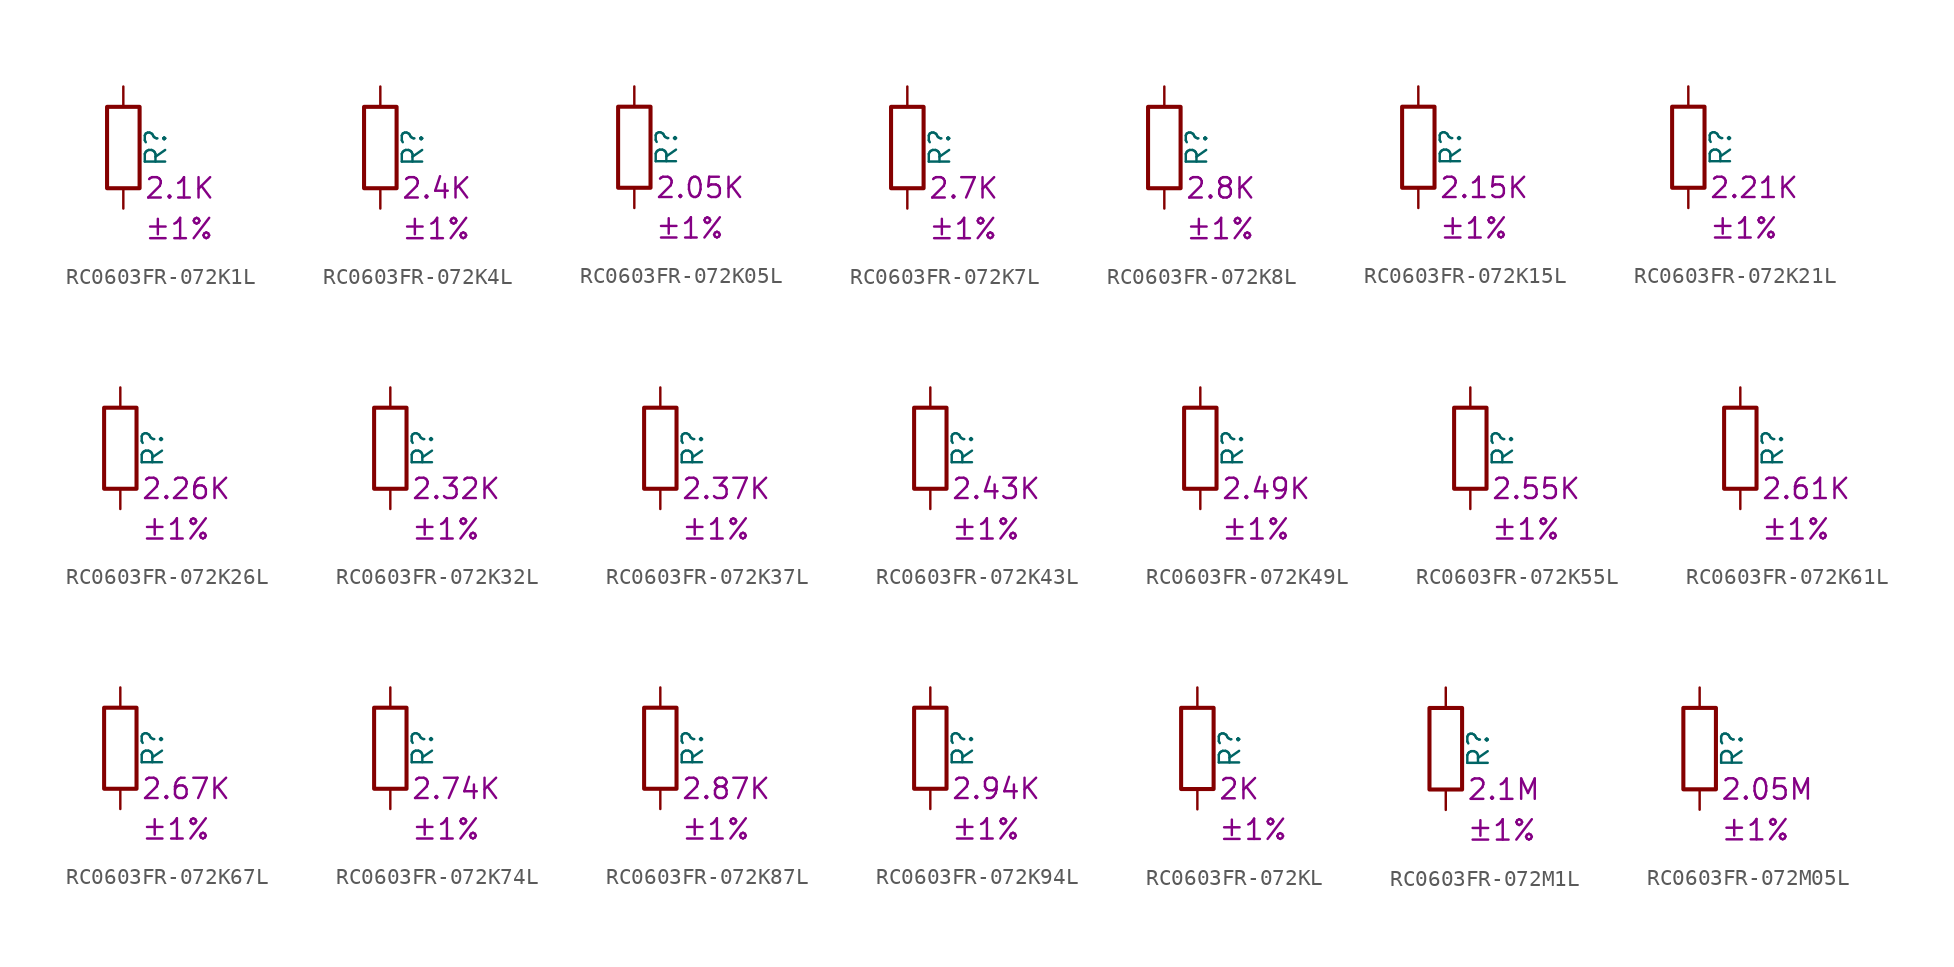
<source format=kicad_sym>
(kicad_symbol_lib
  (version 20220914)
  (generator kicad_symbol_editor)
  (symbol "RC0603FR-072K1L"
    (pin_numbers hide)
    (pin_names
      (offset 0))
    (property "Reference" "R"
      (at 2.032 0 90)
      (effects (font (size 1.27 1.27))))
    (property "Resistance" "2.1K"
      (at 1.27 -2.54 0)
      (effects (font (size 1.27 1.27)) (justify left)))
    (property "Tolerance" "±1%"
      (at 1.27 -5.08 0)
      (effects (font (size 1.27 1.27)) (justify left)))
    (symbol "RC0603FR-072K1L_0_1"
      (rectangle (start -1.016 -2.54) (end 1.016 2.54) (stroke (width 0.254) (type default)) (fill (type none))))
    (symbol "RC0603FR-072K1L_1_1"
      (pin passive line (at 0 3.81 270) (length 1.27) (name "~" (effects (font (size 1.27 1.27)))) (number "1" (effects (font (size 1.27 1.27)))))
      (pin passive line (at 0 -3.81 90) (length 1.27) (name "~" (effects (font (size 1.27 1.27)))) (number "2" (effects (font (size 1.27 1.27)))))))
  (symbol "RC0603FR-072K4L"
    (pin_numbers hide)
    (pin_names
      (offset 0))
    (property "Reference" "R"
      (at 2.032 0 90)
      (effects (font (size 1.27 1.27))))
    (property "Resistance" "2.4K"
      (at 1.27 -2.54 0)
      (effects (font (size 1.27 1.27)) (justify left)))
    (property "Tolerance" "±1%"
      (at 1.27 -5.08 0)
      (effects (font (size 1.27 1.27)) (justify left)))
    (symbol "RC0603FR-072K4L_0_1"
      (rectangle (start -1.016 -2.54) (end 1.016 2.54) (stroke (width 0.254) (type default)) (fill (type none))))
    (symbol "RC0603FR-072K4L_1_1"
      (pin passive line (at 0 3.81 270) (length 1.27) (name "~" (effects (font (size 1.27 1.27)))) (number "1" (effects (font (size 1.27 1.27)))))
      (pin passive line (at 0 -3.81 90) (length 1.27) (name "~" (effects (font (size 1.27 1.27)))) (number "2" (effects (font (size 1.27 1.27)))))))
  (symbol "RC0603FR-072K05L"
    (pin_numbers hide)
    (pin_names
      (offset 0))
    (property "Reference" "R"
      (at 2.032 0 90)
      (effects (font (size 1.27 1.27))))
    (property "Resistance" "2.05K"
      (at 1.27 -2.54 0)
      (effects (font (size 1.27 1.27)) (justify left)))
    (property "Tolerance" "±1%"
      (at 1.27 -5.08 0)
      (effects (font (size 1.27 1.27)) (justify left)))
    (symbol "RC0603FR-072K05L_0_1"
      (rectangle (start -1.016 -2.54) (end 1.016 2.54) (stroke (width 0.254) (type default)) (fill (type none))))
    (symbol "RC0603FR-072K05L_1_1"
      (pin passive line (at 0 3.81 270) (length 1.27) (name "~" (effects (font (size 1.27 1.27)))) (number "1" (effects (font (size 1.27 1.27)))))
      (pin passive line (at 0 -3.81 90) (length 1.27) (name "~" (effects (font (size 1.27 1.27)))) (number "2" (effects (font (size 1.27 1.27)))))))
  (symbol "RC0603FR-072K7L"
    (pin_numbers hide)
    (pin_names
      (offset 0))
    (property "Reference" "R"
      (at 2.032 0 90)
      (effects (font (size 1.27 1.27))))
    (property "Resistance" "2.7K"
      (at 1.27 -2.54 0)
      (effects (font (size 1.27 1.27)) (justify left)))
    (property "Tolerance" "±1%"
      (at 1.27 -5.08 0)
      (effects (font (size 1.27 1.27)) (justify left)))
    (symbol "RC0603FR-072K7L_0_1"
      (rectangle (start -1.016 -2.54) (end 1.016 2.54) (stroke (width 0.254) (type default)) (fill (type none))))
    (symbol "RC0603FR-072K7L_1_1"
      (pin passive line (at 0 3.81 270) (length 1.27) (name "~" (effects (font (size 1.27 1.27)))) (number "1" (effects (font (size 1.27 1.27)))))
      (pin passive line (at 0 -3.81 90) (length 1.27) (name "~" (effects (font (size 1.27 1.27)))) (number "2" (effects (font (size 1.27 1.27)))))))
  (symbol "RC0603FR-072K8L"
    (pin_numbers hide)
    (pin_names
      (offset 0))
    (property "Reference" "R"
      (at 2.032 0 90)
      (effects (font (size 1.27 1.27))))
    (property "Resistance" "2.8K"
      (at 1.27 -2.54 0)
      (effects (font (size 1.27 1.27)) (justify left)))
    (property "Tolerance" "±1%"
      (at 1.27 -5.08 0)
      (effects (font (size 1.27 1.27)) (justify left)))
    (symbol "RC0603FR-072K8L_0_1"
      (rectangle (start -1.016 -2.54) (end 1.016 2.54) (stroke (width 0.254) (type default)) (fill (type none))))
    (symbol "RC0603FR-072K8L_1_1"
      (pin passive line (at 0 3.81 270) (length 1.27) (name "~" (effects (font (size 1.27 1.27)))) (number "1" (effects (font (size 1.27 1.27)))))
      (pin passive line (at 0 -3.81 90) (length 1.27) (name "~" (effects (font (size 1.27 1.27)))) (number "2" (effects (font (size 1.27 1.27)))))))
  (symbol "RC0603FR-072K15L"
    (pin_numbers hide)
    (pin_names
      (offset 0))
    (property "Reference" "R"
      (at 2.032 0 90)
      (effects (font (size 1.27 1.27))))
    (property "Resistance" "2.15K"
      (at 1.27 -2.54 0)
      (effects (font (size 1.27 1.27)) (justify left)))
    (property "Tolerance" "±1%"
      (at 1.27 -5.08 0)
      (effects (font (size 1.27 1.27)) (justify left)))
    (symbol "RC0603FR-072K15L_0_1"
      (rectangle (start -1.016 -2.54) (end 1.016 2.54) (stroke (width 0.254) (type default)) (fill (type none))))
    (symbol "RC0603FR-072K15L_1_1"
      (pin passive line (at 0 3.81 270) (length 1.27) (name "~" (effects (font (size 1.27 1.27)))) (number "1" (effects (font (size 1.27 1.27)))))
      (pin passive line (at 0 -3.81 90) (length 1.27) (name "~" (effects (font (size 1.27 1.27)))) (number "2" (effects (font (size 1.27 1.27)))))))
  (symbol "RC0603FR-072K21L"
    (pin_numbers hide)
    (pin_names
      (offset 0))
    (property "Reference" "R"
      (at 2.032 0 90)
      (effects (font (size 1.27 1.27))))
    (property "Resistance" "2.21K"
      (at 1.27 -2.54 0)
      (effects (font (size 1.27 1.27)) (justify left)))
    (property "Tolerance" "±1%"
      (at 1.27 -5.08 0)
      (effects (font (size 1.27 1.27)) (justify left)))
    (symbol "RC0603FR-072K21L_0_1"
      (rectangle (start -1.016 -2.54) (end 1.016 2.54) (stroke (width 0.254) (type default)) (fill (type none))))
    (symbol "RC0603FR-072K21L_1_1"
      (pin passive line (at 0 3.81 270) (length 1.27) (name "~" (effects (font (size 1.27 1.27)))) (number "1" (effects (font (size 1.27 1.27)))))
      (pin passive line (at 0 -3.81 90) (length 1.27) (name "~" (effects (font (size 1.27 1.27)))) (number "2" (effects (font (size 1.27 1.27)))))))
  (symbol "RC0603FR-072K26L"
    (pin_numbers hide)
    (pin_names
      (offset 0))
    (property "Reference" "R"
      (at 2.032 0 90)
      (effects (font (size 1.27 1.27))))
    (property "Resistance" "2.26K"
      (at 1.27 -2.54 0)
      (effects (font (size 1.27 1.27)) (justify left)))
    (property "Tolerance" "±1%"
      (at 1.27 -5.08 0)
      (effects (font (size 1.27 1.27)) (justify left)))
    (symbol "RC0603FR-072K26L_0_1"
      (rectangle (start -1.016 -2.54) (end 1.016 2.54) (stroke (width 0.254) (type default)) (fill (type none))))
    (symbol "RC0603FR-072K26L_1_1"
      (pin passive line (at 0 3.81 270) (length 1.27) (name "~" (effects (font (size 1.27 1.27)))) (number "1" (effects (font (size 1.27 1.27)))))
      (pin passive line (at 0 -3.81 90) (length 1.27) (name "~" (effects (font (size 1.27 1.27)))) (number "2" (effects (font (size 1.27 1.27)))))))
  (symbol "RC0603FR-072K32L"
    (pin_numbers hide)
    (pin_names
      (offset 0))
    (property "Reference" "R"
      (at 2.032 0 90)
      (effects (font (size 1.27 1.27))))
    (property "Resistance" "2.32K"
      (at 1.27 -2.54 0)
      (effects (font (size 1.27 1.27)) (justify left)))
    (property "Tolerance" "±1%"
      (at 1.27 -5.08 0)
      (effects (font (size 1.27 1.27)) (justify left)))
    (symbol "RC0603FR-072K32L_0_1"
      (rectangle (start -1.016 -2.54) (end 1.016 2.54) (stroke (width 0.254) (type default)) (fill (type none))))
    (symbol "RC0603FR-072K32L_1_1"
      (pin passive line (at 0 3.81 270) (length 1.27) (name "~" (effects (font (size 1.27 1.27)))) (number "1" (effects (font (size 1.27 1.27)))))
      (pin passive line (at 0 -3.81 90) (length 1.27) (name "~" (effects (font (size 1.27 1.27)))) (number "2" (effects (font (size 1.27 1.27)))))))
  (symbol "RC0603FR-072K37L"
    (pin_numbers hide)
    (pin_names
      (offset 0))
    (property "Reference" "R"
      (at 2.032 0 90)
      (effects (font (size 1.27 1.27))))
    (property "Resistance" "2.37K"
      (at 1.27 -2.54 0)
      (effects (font (size 1.27 1.27)) (justify left)))
    (property "Tolerance" "±1%"
      (at 1.27 -5.08 0)
      (effects (font (size 1.27 1.27)) (justify left)))
    (symbol "RC0603FR-072K37L_0_1"
      (rectangle (start -1.016 -2.54) (end 1.016 2.54) (stroke (width 0.254) (type default)) (fill (type none))))
    (symbol "RC0603FR-072K37L_1_1"
      (pin passive line (at 0 3.81 270) (length 1.27) (name "~" (effects (font (size 1.27 1.27)))) (number "1" (effects (font (size 1.27 1.27)))))
      (pin passive line (at 0 -3.81 90) (length 1.27) (name "~" (effects (font (size 1.27 1.27)))) (number "2" (effects (font (size 1.27 1.27)))))))
  (symbol "RC0603FR-072K43L"
    (pin_numbers hide)
    (pin_names
      (offset 0))
    (property "Reference" "R"
      (at 2.032 0 90)
      (effects (font (size 1.27 1.27))))
    (property "Resistance" "2.43K"
      (at 1.27 -2.54 0)
      (effects (font (size 1.27 1.27)) (justify left)))
    (property "Tolerance" "±1%"
      (at 1.27 -5.08 0)
      (effects (font (size 1.27 1.27)) (justify left)))
    (symbol "RC0603FR-072K43L_0_1"
      (rectangle (start -1.016 -2.54) (end 1.016 2.54) (stroke (width 0.254) (type default)) (fill (type none))))
    (symbol "RC0603FR-072K43L_1_1"
      (pin passive line (at 0 3.81 270) (length 1.27) (name "~" (effects (font (size 1.27 1.27)))) (number "1" (effects (font (size 1.27 1.27)))))
      (pin passive line (at 0 -3.81 90) (length 1.27) (name "~" (effects (font (size 1.27 1.27)))) (number "2" (effects (font (size 1.27 1.27)))))))
  (symbol "RC0603FR-072K49L"
    (pin_numbers hide)
    (pin_names
      (offset 0))
    (property "Reference" "R"
      (at 2.032 0 90)
      (effects (font (size 1.27 1.27))))
    (property "Resistance" "2.49K"
      (at 1.27 -2.54 0)
      (effects (font (size 1.27 1.27)) (justify left)))
    (property "Tolerance" "±1%"
      (at 1.27 -5.08 0)
      (effects (font (size 1.27 1.27)) (justify left)))
    (symbol "RC0603FR-072K49L_0_1"
      (rectangle (start -1.016 -2.54) (end 1.016 2.54) (stroke (width 0.254) (type default)) (fill (type none))))
    (symbol "RC0603FR-072K49L_1_1"
      (pin passive line (at 0 3.81 270) (length 1.27) (name "~" (effects (font (size 1.27 1.27)))) (number "1" (effects (font (size 1.27 1.27)))))
      (pin passive line (at 0 -3.81 90) (length 1.27) (name "~" (effects (font (size 1.27 1.27)))) (number "2" (effects (font (size 1.27 1.27)))))))
  (symbol "RC0603FR-072K55L"
    (pin_numbers hide)
    (pin_names
      (offset 0))
    (property "Reference" "R"
      (at 2.032 0 90)
      (effects (font (size 1.27 1.27))))
    (property "Resistance" "2.55K"
      (at 1.27 -2.54 0)
      (effects (font (size 1.27 1.27)) (justify left)))
    (property "Tolerance" "±1%"
      (at 1.27 -5.08 0)
      (effects (font (size 1.27 1.27)) (justify left)))
    (symbol "RC0603FR-072K55L_0_1"
      (rectangle (start -1.016 -2.54) (end 1.016 2.54) (stroke (width 0.254) (type default)) (fill (type none))))
    (symbol "RC0603FR-072K55L_1_1"
      (pin passive line (at 0 3.81 270) (length 1.27) (name "~" (effects (font (size 1.27 1.27)))) (number "1" (effects (font (size 1.27 1.27)))))
      (pin passive line (at 0 -3.81 90) (length 1.27) (name "~" (effects (font (size 1.27 1.27)))) (number "2" (effects (font (size 1.27 1.27)))))))
  (symbol "RC0603FR-072K61L"
    (pin_numbers hide)
    (pin_names
      (offset 0))
    (property "Reference" "R"
      (at 2.032 0 90)
      (effects (font (size 1.27 1.27))))
    (property "Resistance" "2.61K"
      (at 1.27 -2.54 0)
      (effects (font (size 1.27 1.27)) (justify left)))
    (property "Tolerance" "±1%"
      (at 1.27 -5.08 0)
      (effects (font (size 1.27 1.27)) (justify left)))
    (symbol "RC0603FR-072K61L_0_1"
      (rectangle (start -1.016 -2.54) (end 1.016 2.54) (stroke (width 0.254) (type default)) (fill (type none))))
    (symbol "RC0603FR-072K61L_1_1"
      (pin passive line (at 0 3.81 270) (length 1.27) (name "~" (effects (font (size 1.27 1.27)))) (number "1" (effects (font (size 1.27 1.27)))))
      (pin passive line (at 0 -3.81 90) (length 1.27) (name "~" (effects (font (size 1.27 1.27)))) (number "2" (effects (font (size 1.27 1.27)))))))
  (symbol "RC0603FR-072K67L"
    (pin_numbers hide)
    (pin_names
      (offset 0))
    (property "Reference" "R"
      (at 2.032 0 90)
      (effects (font (size 1.27 1.27))))
    (property "Resistance" "2.67K"
      (at 1.27 -2.54 0)
      (effects (font (size 1.27 1.27)) (justify left)))
    (property "Tolerance" "±1%"
      (at 1.27 -5.08 0)
      (effects (font (size 1.27 1.27)) (justify left)))
    (symbol "RC0603FR-072K67L_0_1"
      (rectangle (start -1.016 -2.54) (end 1.016 2.54) (stroke (width 0.254) (type default)) (fill (type none))))
    (symbol "RC0603FR-072K67L_1_1"
      (pin passive line (at 0 3.81 270) (length 1.27) (name "~" (effects (font (size 1.27 1.27)))) (number "1" (effects (font (size 1.27 1.27)))))
      (pin passive line (at 0 -3.81 90) (length 1.27) (name "~" (effects (font (size 1.27 1.27)))) (number "2" (effects (font (size 1.27 1.27)))))))
  (symbol "RC0603FR-072K74L"
    (pin_numbers hide)
    (pin_names
      (offset 0))
    (property "Reference" "R"
      (at 2.032 0 90)
      (effects (font (size 1.27 1.27))))
    (property "Resistance" "2.74K"
      (at 1.27 -2.54 0)
      (effects (font (size 1.27 1.27)) (justify left)))
    (property "Tolerance" "±1%"
      (at 1.27 -5.08 0)
      (effects (font (size 1.27 1.27)) (justify left)))
    (symbol "RC0603FR-072K74L_0_1"
      (rectangle (start -1.016 -2.54) (end 1.016 2.54) (stroke (width 0.254) (type default)) (fill (type none))))
    (symbol "RC0603FR-072K74L_1_1"
      (pin passive line (at 0 3.81 270) (length 1.27) (name "~" (effects (font (size 1.27 1.27)))) (number "1" (effects (font (size 1.27 1.27)))))
      (pin passive line (at 0 -3.81 90) (length 1.27) (name "~" (effects (font (size 1.27 1.27)))) (number "2" (effects (font (size 1.27 1.27)))))))
  (symbol "RC0603FR-072K87L"
    (pin_numbers hide)
    (pin_names
      (offset 0))
    (property "Reference" "R"
      (at 2.032 0 90)
      (effects (font (size 1.27 1.27))))
    (property "Resistance" "2.87K"
      (at 1.27 -2.54 0)
      (effects (font (size 1.27 1.27)) (justify left)))
    (property "Tolerance" "±1%"
      (at 1.27 -5.08 0)
      (effects (font (size 1.27 1.27)) (justify left)))
    (symbol "RC0603FR-072K87L_0_1"
      (rectangle (start -1.016 -2.54) (end 1.016 2.54) (stroke (width 0.254) (type default)) (fill (type none))))
    (symbol "RC0603FR-072K87L_1_1"
      (pin passive line (at 0 3.81 270) (length 1.27) (name "~" (effects (font (size 1.27 1.27)))) (number "1" (effects (font (size 1.27 1.27)))))
      (pin passive line (at 0 -3.81 90) (length 1.27) (name "~" (effects (font (size 1.27 1.27)))) (number "2" (effects (font (size 1.27 1.27)))))))
  (symbol "RC0603FR-072K94L"
    (pin_numbers hide)
    (pin_names
      (offset 0))
    (property "Reference" "R"
      (at 2.032 0 90)
      (effects (font (size 1.27 1.27))))
    (property "Resistance" "2.94K"
      (at 1.27 -2.54 0)
      (effects (font (size 1.27 1.27)) (justify left)))
    (property "Tolerance" "±1%"
      (at 1.27 -5.08 0)
      (effects (font (size 1.27 1.27)) (justify left)))
    (symbol "RC0603FR-072K94L_0_1"
      (rectangle (start -1.016 -2.54) (end 1.016 2.54) (stroke (width 0.254) (type default)) (fill (type none))))
    (symbol "RC0603FR-072K94L_1_1"
      (pin passive line (at 0 3.81 270) (length 1.27) (name "~" (effects (font (size 1.27 1.27)))) (number "1" (effects (font (size 1.27 1.27)))))
      (pin passive line (at 0 -3.81 90) (length 1.27) (name "~" (effects (font (size 1.27 1.27)))) (number "2" (effects (font (size 1.27 1.27)))))))
  (symbol "RC0603FR-072KL"
    (pin_numbers hide)
    (pin_names
      (offset 0))
    (property "Reference" "R"
      (at 2.032 0 90)
      (effects (font (size 1.27 1.27))))
    (property "Resistance" "2K"
      (at 1.27 -2.54 0)
      (effects (font (size 1.27 1.27)) (justify left)))
    (property "Tolerance" "±1%"
      (at 1.27 -5.08 0)
      (effects (font (size 1.27 1.27)) (justify left)))
    (symbol "RC0603FR-072KL_0_1"
      (rectangle (start -1.016 -2.54) (end 1.016 2.54) (stroke (width 0.254) (type default)) (fill (type none))))
    (symbol "RC0603FR-072KL_1_1"
      (pin passive line (at 0 3.81 270) (length 1.27) (name "~" (effects (font (size 1.27 1.27)))) (number "1" (effects (font (size 1.27 1.27)))))
      (pin passive line (at 0 -3.81 90) (length 1.27) (name "~" (effects (font (size 1.27 1.27)))) (number "2" (effects (font (size 1.27 1.27)))))))
  (symbol "RC0603FR-072M1L"
    (pin_numbers hide)
    (pin_names
      (offset 0))
    (property "Reference" "R"
      (at 2.032 0 90)
      (effects (font (size 1.27 1.27))))
    (property "Resistance" "2.1M"
      (at 1.27 -2.54 0)
      (effects (font (size 1.27 1.27)) (justify left)))
    (property "Tolerance" "±1%"
      (at 1.27 -5.08 0)
      (effects (font (size 1.27 1.27)) (justify left)))
    (symbol "RC0603FR-072M1L_0_1"
      (rectangle (start -1.016 -2.54) (end 1.016 2.54) (stroke (width 0.254) (type default)) (fill (type none))))
    (symbol "RC0603FR-072M1L_1_1"
      (pin passive line (at 0 3.81 270) (length 1.27) (name "~" (effects (font (size 1.27 1.27)))) (number "1" (effects (font (size 1.27 1.27)))))
      (pin passive line (at 0 -3.81 90) (length 1.27) (name "~" (effects (font (size 1.27 1.27)))) (number "2" (effects (font (size 1.27 1.27)))))))
  (symbol "RC0603FR-072M05L"
    (pin_numbers hide)
    (pin_names
      (offset 0))
    (property "Reference" "R"
      (at 2.032 0 90)
      (effects (font (size 1.27 1.27))))
    (property "Resistance" "2.05M"
      (at 1.27 -2.54 0)
      (effects (font (size 1.27 1.27)) (justify left)))
    (property "Tolerance" "±1%"
      (at 1.27 -5.08 0)
      (effects (font (size 1.27 1.27)) (justify left)))
    (symbol "RC0603FR-072M05L_0_1"
      (rectangle (start -1.016 -2.54) (end 1.016 2.54) (stroke (width 0.254) (type default)) (fill (type none))))
    (symbol "RC0603FR-072M05L_1_1"
      (pin passive line (at 0 3.81 270) (length 1.27) (name "~" (effects (font (size 1.27 1.27)))) (number "1" (effects (font (size 1.27 1.27)))))
      (pin passive line (at 0 -3.81 90) (length 1.27) (name "~" (effects (font (size 1.27 1.27)))) (number "2" (effects (font (size 1.27 1.27))))))))
</source>
